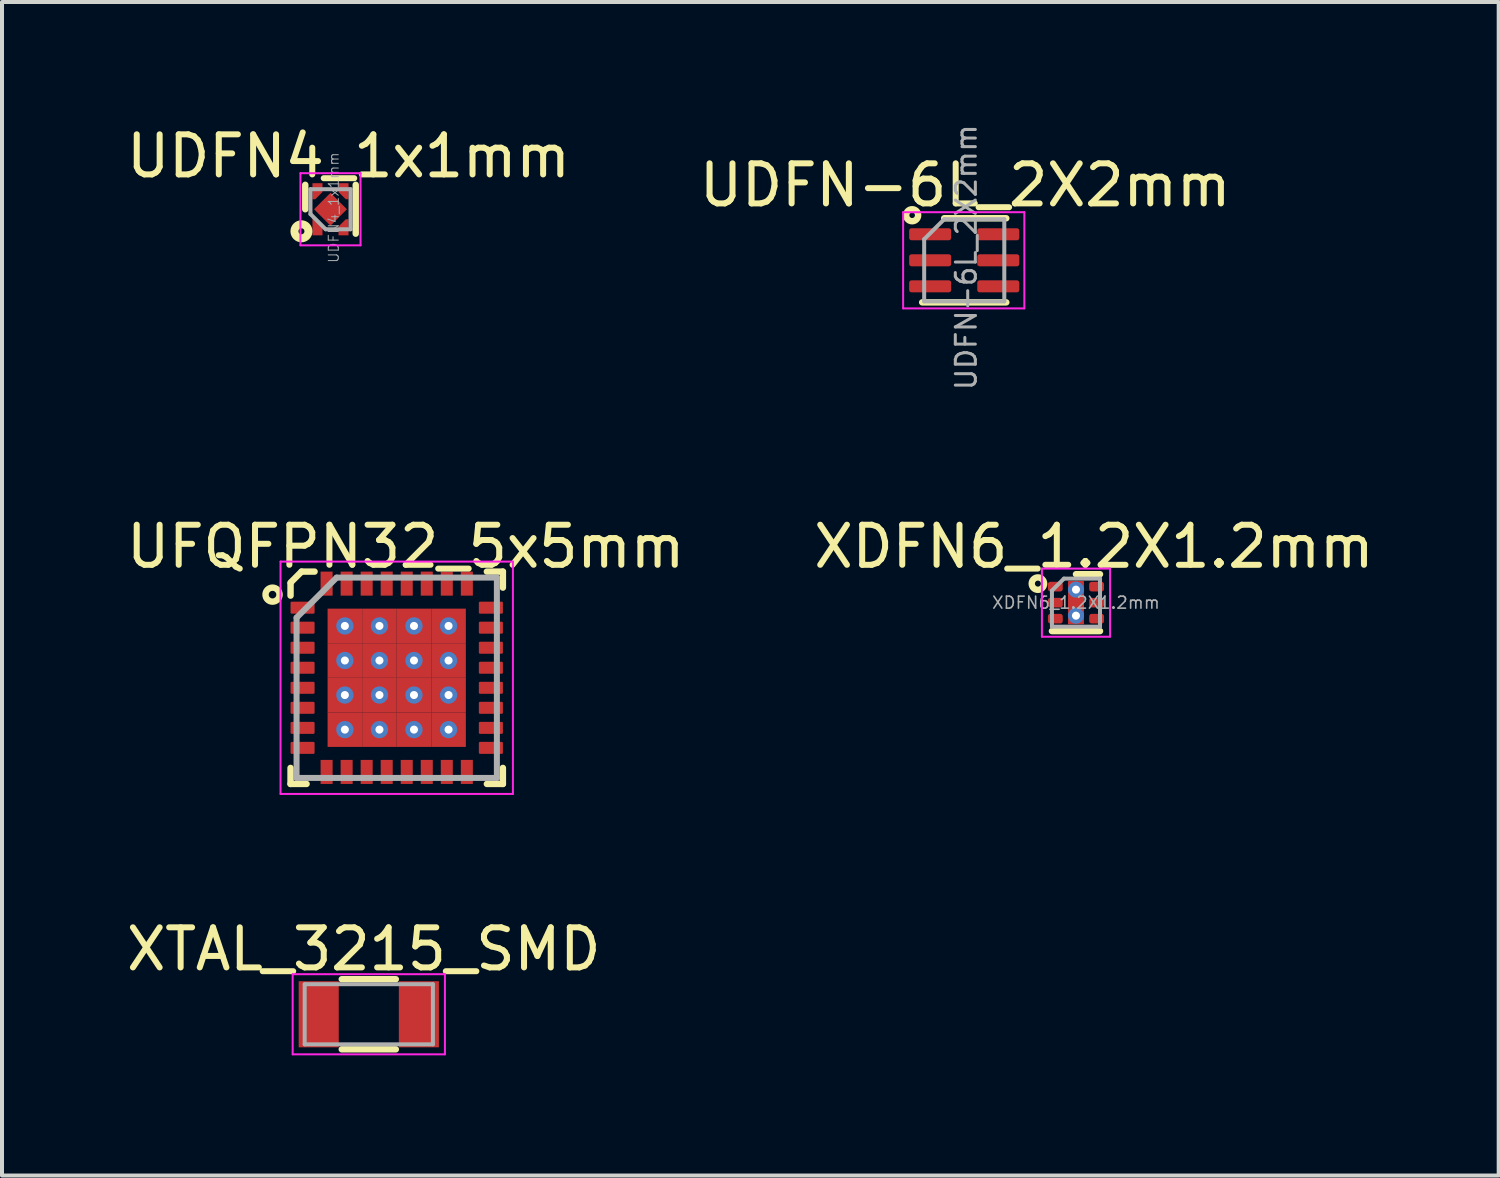
<source format=kicad_pcb>
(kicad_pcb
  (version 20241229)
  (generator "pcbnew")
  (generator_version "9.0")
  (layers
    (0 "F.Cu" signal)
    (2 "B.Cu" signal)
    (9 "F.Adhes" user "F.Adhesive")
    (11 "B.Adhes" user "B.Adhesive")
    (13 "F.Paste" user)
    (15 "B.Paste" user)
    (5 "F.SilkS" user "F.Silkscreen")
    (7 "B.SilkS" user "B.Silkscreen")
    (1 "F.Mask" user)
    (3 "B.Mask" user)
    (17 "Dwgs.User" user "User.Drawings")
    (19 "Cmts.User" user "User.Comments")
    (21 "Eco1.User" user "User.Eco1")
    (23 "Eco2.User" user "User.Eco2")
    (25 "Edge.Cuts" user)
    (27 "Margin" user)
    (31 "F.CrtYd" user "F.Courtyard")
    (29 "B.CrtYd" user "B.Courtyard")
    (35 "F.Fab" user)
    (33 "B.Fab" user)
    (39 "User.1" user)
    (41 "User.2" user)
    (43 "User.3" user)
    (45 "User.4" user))
  (footprint "XTAL_3215_SMD"
    (layer "F.Cu")
    (at 6.155 22.266)
    (property "Reference" "XTAL_3215_SMD" (at -0.125 -1.625 0) (layer "F.SilkS") (effects (font (size 1 1) (thickness 0.15))))
    (attr smd)
    (fp_line (start -0.675 -0.875) (end 0.675 -0.875) (stroke (width 0.16) (type solid)) (layer "F.SilkS"))
    (fp_line (start -0.675 0.875) (end 0.675 0.875) (stroke (width 0.16) (type solid)) (layer "F.SilkS"))
    (fp_line (start -1.9 -1) (end -1.9 1) (stroke (width 0.05) (type solid)) (layer "F.CrtYd"))
    (fp_line (start -1.9 -1) (end 1.9 -1) (stroke (width 0.05) (type solid)) (layer "F.CrtYd"))
    (fp_line (start -1.9 1) (end 1.9 1) (stroke (width 0.05) (type solid)) (layer "F.CrtYd"))
    (fp_line (start 1.9 -1) (end 1.9 1) (stroke (width 0.05) (type solid)) (layer "F.CrtYd"))
    (fp_line (start -1.6 -0.75) (end -1.6 0.75) (stroke (width 0.1) (type solid)) (layer "F.Fab"))
    (fp_line (start -1.6 -0.75) (end 1.6 -0.75) (stroke (width 0.1) (type solid)) (layer "F.Fab"))
    (fp_line (start -1.6 0.75) (end 1.6 0.75) (stroke (width 0.1) (type solid)) (layer "F.Fab"))
    (fp_line (start 1.6 -0.75) (end 1.6 0.75) (stroke (width 0.1) (type solid)) (layer "F.Fab"))
    (pad "1" smd rect (at -1.25 0) (size 1 1.65) (layers "F.Cu" "F.Mask" "F.Paste"))
    (pad "2" smd rect (at 1.25 0) (size 1 1.65) (layers "F.Cu" "F.Mask" "F.Paste")))
  (footprint "XDFN6_1.2X1.2mm"
    (layer "F.Cu")
    (at 23.806 11.992)
    (property "Reference" "XDFN6_1.2X1.2mm" (at 0.45 -1.4 0) (layer "F.SilkS") (effects (font (size 1 1) (thickness 0.15))))
    (attr smd)
    (fp_line (start -0.6 0.71) (end 0.6 0.71) (stroke (width 0.16) (type solid)) (layer "F.SilkS"))
    (fp_line (start 0 -0.71) (end 0.6 -0.71) (stroke (width 0.16) (type solid)) (layer "F.SilkS"))
    (fp_circle (center -0.95 -0.475) (end -0.875 -0.475) (stroke (width 0.16) (type solid)) (fill no) (layer "F.SilkS"))
    (fp_line (start -0.85 -0.85) (end -0.85 0.85) (stroke (width 0.05) (type solid)) (layer "F.CrtYd"))
    (fp_line (start -0.85 0.85) (end 0.85 0.85) (stroke (width 0.05) (type solid)) (layer "F.CrtYd"))
    (fp_line (start 0.85 -0.85) (end -0.85 -0.85) (stroke (width 0.05) (type solid)) (layer "F.CrtYd"))
    (fp_line (start 0.85 0.85) (end 0.85 -0.85) (stroke (width 0.05) (type solid)) (layer "F.CrtYd"))
    (fp_line (start -0.6 -0.3) (end -0.3 -0.6) (stroke (width 0.1) (type solid)) (layer "F.Fab"))
    (fp_line (start -0.6 0.6) (end -0.6 -0.3) (stroke (width 0.1) (type solid)) (layer "F.Fab"))
    (fp_line (start -0.3 -0.6) (end 0.6 -0.6) (stroke (width 0.1) (type solid)) (layer "F.Fab"))
    (fp_line (start 0.6 -0.6) (end 0.6 0.6) (stroke (width 0.1) (type solid)) (layer "F.Fab"))
    (fp_line (start 0.6 0.6) (end -0.6 0.6) (stroke (width 0.1) (type solid)) (layer "F.Fab"))
    (fp_text user "${REFERENCE}" (at 0 0 0) (layer "F.Fab") (effects (font (size 0.3 0.3) (thickness 0.04))))
    (pad "" smd roundrect (at 0 -0.235) (size 0.24 0.38) (layers "F.Paste") (roundrect_rratio 0.25))
    (pad "" smd roundrect (at 0 0.235) (size 0.24 0.38) (layers "F.Paste") (roundrect_rratio 0.25))
    (pad "1" smd roundrect (at -0.515 -0.4) (size 0.37 0.24) (layers "F.Cu" "F.Mask" "F.Paste") (roundrect_rratio 0.25))
    (pad "2" smd roundrect (at -0.515 0) (size 0.37 0.24) (layers "F.Cu" "F.Mask" "F.Paste") (roundrect_rratio 0.25))
    (pad "3" smd roundrect (at -0.515 0.4) (size 0.37 0.24) (layers "F.Cu" "F.Mask" "F.Paste") (roundrect_rratio 0.25))
    (pad "4" smd roundrect (at 0.515 0.4) (size 0.37 0.24) (layers "F.Cu" "F.Mask" "F.Paste") (roundrect_rratio 0.25))
    (pad "5" smd roundrect (at 0.515 0) (size 0.37 0.24) (layers "F.Cu" "F.Mask" "F.Paste") (roundrect_rratio 0.25))
    (pad "6" smd roundrect (at 0.515 -0.4) (size 0.37 0.24) (layers "F.Cu" "F.Mask" "F.Paste") (roundrect_rratio 0.25))
    (pad "7" thru_hole circle (at 0 -0.325) (size 0.4 0.4) (drill 0.2) (layers "*.Cu"))
    (pad "7" smd roundrect (at 0 0) (size 0.4 1.08) (layers "F.Cu" "F.Mask") (roundrect_rratio 0.05))
    (pad "7" thru_hole circle (at 0 0.325) (size 0.4 0.4) (drill 0.2) (layers "*.Cu")))
  (footprint "UDFN4_1x1mm"
    (layer "F.Cu")
    (at 5.199 2.173)
    (property "Reference" "UDFN4_1x1mm" (at 0.45 -1.325 0) (layer "F.SilkS") (effects (font (size 1 1) (thickness 0.15))))
    (attr smd)
    (fp_line (start -0.63 -0.61) (end -0.63 0) (stroke (width 0.16) (type solid)) (layer "F.SilkS"))
    (fp_line (start 0.63 -0.61) (end 0.63 0.61) (stroke (width 0.16) (type solid)) (layer "F.SilkS"))
    (fp_circle (center -0.725 0.55) (end -0.65 0.55) (stroke (width 0.2) (type solid)) (fill no) (layer "F.SilkS"))
    (fp_line (start -0.75 -0.9) (end 0.75 -0.9) (stroke (width 0.05) (type solid)) (layer "F.CrtYd"))
    (fp_line (start -0.75 0.9) (end -0.75 -0.9) (stroke (width 0.05) (type solid)) (layer "F.CrtYd"))
    (fp_line (start 0.75 -0.9) (end 0.75 0.9) (stroke (width 0.05) (type solid)) (layer "F.CrtYd"))
    (fp_line (start 0.75 0.9) (end -0.75 0.9) (stroke (width 0.05) (type solid)) (layer "F.CrtYd"))
    (fp_line (start -0.5 -0.5) (end 0.5 -0.5) (stroke (width 0.1) (type solid)) (layer "F.Fab"))
    (fp_line (start -0.5 0.12) (end -0.5 -0.5) (stroke (width 0.1) (type solid)) (layer "F.Fab"))
    (fp_line (start -0.5 0.12) (end -0.12 0.5) (stroke (width 0.1) (type solid)) (layer "F.Fab"))
    (fp_line (start 0.5 -0.5) (end 0.5 0.5) (stroke (width 0.1) (type solid)) (layer "F.Fab"))
    (fp_line (start 0.5 0.5) (end -0.12 0.5) (stroke (width 0.1) (type solid)) (layer "F.Fab"))
    (fp_text user "${REFERENCE}" (at 0.08 -0.04 90) (layer "F.Fab") (effects (font (size 0.25 0.25) (thickness 0.025))))
    (pad "1" smd custom (at -0.325 0.54 90) (size 0.22 0.25) (layers "F.Cu" "F.Mask" "F.Paste") (options (anchor rect)) (primitives (gr_poly (pts (xy 0.11 -0.125) (xy 0.36 -0.125) (xy 0.11 0.125)) (width 0) (fill yes))))
    (pad "2" smd custom (at 0.325 0.54 90) (size 0.22 0.25) (layers "F.Cu" "F.Mask" "F.Paste") (options (anchor rect)) (primitives (gr_poly (pts (xy 0.11 0.125) (xy 0.29 0.125) (xy 0.29 0.055) (xy 0.11 -0.125)) (width 0) (fill yes))))
    (pad "3" smd custom (at 0.325 -0.54 90) (size 0.22 0.25) (layers "F.Cu" "F.Mask" "F.Paste") (options (anchor rect)) (primitives (gr_poly (pts (xy -0.11 0.125) (xy -0.29 0.125) (xy -0.29 0.055) (xy -0.11 -0.125)) (width 0) (fill yes))))
    (pad "4" smd custom (at -0.325 -0.54 90) (size 0.22 0.25) (layers "F.Cu" "F.Mask" "F.Paste") (options (anchor rect)) (primitives (gr_poly (pts (xy -0.11 -0.125) (xy -0.29 -0.125) (xy -0.29 -0.055) (xy -0.11 0.125)) (width 0) (fill yes))))
    (pad "5" smd rect (at 0 0 135) (size 0.58 0.58) (layers "F.Cu" "F.Mask" "F.Paste")))
  (footprint "UDFN-6L_2X2mm"
    (layer "F.Cu")
    (at 21.017 3.447)
    (property "Reference" "UDFN-6L_2X2mm" (at 0.025 -1.875 0) (layer "F.SilkS") (effects (font (size 1 1) (thickness 0.15))))
    (attr smd)
    (fp_line (start -1.05 1.05) (end 1.05 1.05) (stroke (width 0.16) (type solid)) (layer "F.SilkS"))
    (fp_line (start -0.5 -1.05) (end 1.05 -1.05) (stroke (width 0.16) (type solid)) (layer "F.SilkS"))
    (fp_circle (center -1.3 -1.125) (end -1.15 -1.125) (stroke (width 0.16) (type solid)) (fill no) (layer "F.SilkS"))
    (fp_line (start -1.525 -1.2) (end -1.525 1.2) (stroke (width 0.05) (type solid)) (layer "F.CrtYd"))
    (fp_line (start -1.525 -1.2) (end 1.5 -1.2) (stroke (width 0.05) (type solid)) (layer "F.CrtYd"))
    (fp_line (start -1.525 1.2) (end 1.5 1.2) (stroke (width 0.05) (type solid)) (layer "F.CrtYd"))
    (fp_line (start 1.5 -1.2) (end 1.5 1.2) (stroke (width 0.05) (type solid)) (layer "F.CrtYd"))
    (fp_line (start -1 -0.525) (end -0.5 -1.025) (stroke (width 0.1) (type solid)) (layer "F.Fab"))
    (fp_line (start -1 1.025) (end -1 -0.525) (stroke (width 0.1) (type solid)) (layer "F.Fab"))
    (fp_line (start -0.5 -1.025) (end 1 -1.025) (stroke (width 0.1) (type solid)) (layer "F.Fab"))
    (fp_line (start 1 -1.025) (end 1 1.025) (stroke (width 0.1) (type solid)) (layer "F.Fab"))
    (fp_line (start 1 1.025) (end -1 1.025) (stroke (width 0.1) (type solid)) (layer "F.Fab"))
    (fp_text user "${REFERENCE}" (at 0.05 -0.075 90) (layer "F.Fab") (effects (font (size 0.5 0.5) (thickness 0.075))))
    (pad "1" smd roundrect (at -0.85 -0.65) (size 1.05 0.3) (layers "F.Cu" "F.Mask" "F.Paste") (roundrect_rratio 0.2))
    (pad "2" smd roundrect (at -0.85 0) (size 1.05 0.3) (layers "F.Cu" "F.Mask" "F.Paste") (roundrect_rratio 0.2))
    (pad "3" smd roundrect (at -0.85 0.65) (size 1.05 0.3) (layers "F.Cu" "F.Mask" "F.Paste") (roundrect_rratio 0.2))
    (pad "4" smd roundrect (at 0.85 0.65) (size 1.05 0.3) (layers "F.Cu" "F.Mask" "F.Paste") (roundrect_rratio 0.2))
    (pad "5" smd roundrect (at 0.85 0) (size 1.05 0.3) (layers "F.Cu" "F.Mask" "F.Paste") (roundrect_rratio 0.2))
    (pad "6" smd roundrect (at 0.85 -0.65) (size 1.05 0.3) (layers "F.Cu" "F.Mask" "F.Paste") (roundrect_rratio 0.2)))
  (footprint "UFQFPN32_5x5mm"
    (layer "F.Cu")
    (at 6.852 13.867)
    (property "Reference" "UFQFPN32_5x5mm" (at 0.225 -3.275 0) (layer "F.SilkS") (effects (font (size 1 1) (thickness 0.15))))
    (attr smd)
    (fp_line (start -2.65 -2.35) (end -2.65 -2.05) (stroke (width 0.16) (type solid)) (layer "F.SilkS"))
    (fp_line (start -2.65 2.65) (end -2.65 2.25) (stroke (width 0.16) (type solid)) (layer "F.SilkS"))
    (fp_line (start -2.375 -2.65) (end -2.65 -2.375) (stroke (width 0.16) (type solid)) (layer "F.SilkS"))
    (fp_line (start -2.25 2.65) (end -2.65 2.65) (stroke (width 0.16) (type solid)) (layer "F.SilkS"))
    (fp_line (start -2.05 -2.65) (end -2.375 -2.65) (stroke (width 0.16) (type solid)) (layer "F.SilkS"))
    (fp_line (start 2.25 -2.65) (end 2.65 -2.65) (stroke (width 0.16) (type solid)) (layer "F.SilkS"))
    (fp_line (start 2.25 2.65) (end 2.65 2.65) (stroke (width 0.16) (type solid)) (layer "F.SilkS"))
    (fp_line (start 2.65 -2.65) (end 2.65 -2.25) (stroke (width 0.16) (type solid)) (layer "F.SilkS"))
    (fp_line (start 2.65 2.65) (end 2.65 2.25) (stroke (width 0.16) (type solid)) (layer "F.SilkS"))
    (fp_circle (center -3.1 -2.075) (end -2.925 -2.075) (stroke (width 0.16) (type solid)) (fill no) (layer "F.SilkS"))
    (fp_line (start -2.9 -2.9) (end 2.9 -2.9) (stroke (width 0.05) (type solid)) (layer "F.CrtYd"))
    (fp_line (start -2.9 2.9) (end -2.9 -2.9) (stroke (width 0.05) (type solid)) (layer "F.CrtYd"))
    (fp_line (start 2.9 -2.9) (end 2.9 2.9) (stroke (width 0.05) (type solid)) (layer "F.CrtYd"))
    (fp_line (start 2.9 2.9) (end -2.9 2.9) (stroke (width 0.05) (type solid)) (layer "F.CrtYd"))
    (fp_line (start -2.5 -1.5) (end -2.5 2.5) (stroke (width 0.15) (type solid)) (layer "F.Fab"))
    (fp_line (start -2.5 2.5) (end 2.5 2.5) (stroke (width 0.15) (type solid)) (layer "F.Fab"))
    (fp_line (start -1.5 -2.5) (end -2.5 -1.5) (stroke (width 0.15) (type solid)) (layer "F.Fab"))
    (fp_line (start 2.5 -2.5) (end -1.5 -2.5) (stroke (width 0.15) (type solid)) (layer "F.Fab"))
    (fp_line (start 2.5 2.5) (end 2.5 -2.5) (stroke (width 0.15) (type solid)) (layer "F.Fab"))
    (pad "1" smd roundrect (at -2.35 -1.75 90) (size 0.3 0.6) (layers "F.Cu" "F.Mask" "F.Paste") (roundrect_rratio 0.1))
    (pad "2" smd roundrect (at -2.35 -1.25 90) (size 0.3 0.6) (layers "F.Cu" "F.Mask" "F.Paste") (roundrect_rratio 0.1))
    (pad "3" smd roundrect (at -2.35 -0.75 90) (size 0.3 0.6) (layers "F.Cu" "F.Mask" "F.Paste") (roundrect_rratio 0.1))
    (pad "4" smd roundrect (at -2.35 -0.25 90) (size 0.3 0.6) (layers "F.Cu" "F.Mask" "F.Paste") (roundrect_rratio 0.1))
    (pad "5" smd roundrect (at -2.35 0.25 90) (size 0.3 0.6) (layers "F.Cu" "F.Mask" "F.Paste") (roundrect_rratio 0.1))
    (pad "6" smd roundrect (at -2.35 0.75 90) (size 0.3 0.6) (layers "F.Cu" "F.Mask" "F.Paste") (roundrect_rratio 0.1))
    (pad "7" smd roundrect (at -2.35 1.25 90) (size 0.3 0.6) (layers "F.Cu" "F.Mask" "F.Paste") (roundrect_rratio 0.1))
    (pad "8" smd roundrect (at -2.35 1.75 90) (size 0.3 0.6) (layers "F.Cu" "F.Mask" "F.Paste") (roundrect_rratio 0.1))
    (pad "9" smd rect (at -1.75 2.35) (size 0.3 0.6) (layers "F.Cu" "F.Mask" "F.Paste"))
    (pad "10" smd rect (at -1.25 2.35) (size 0.3 0.6) (layers "F.Cu" "F.Mask" "F.Paste"))
    (pad "11" smd rect (at -0.75 2.35) (size 0.3 0.6) (layers "F.Cu" "F.Mask" "F.Paste"))
    (pad "12" smd rect (at -0.25 2.35) (size 0.3 0.6) (layers "F.Cu" "F.Mask" "F.Paste"))
    (pad "13" smd rect (at 0.25 2.35) (size 0.3 0.6) (layers "F.Cu" "F.Mask" "F.Paste"))
    (pad "14" smd rect (at 0.75 2.35) (size 0.3 0.6) (layers "F.Cu" "F.Mask" "F.Paste"))
    (pad "15" smd rect (at 1.25 2.35) (size 0.3 0.6) (layers "F.Cu" "F.Mask" "F.Paste"))
    (pad "16" smd rect (at 1.75 2.35) (size 0.3 0.6) (layers "F.Cu" "F.Mask" "F.Paste"))
    (pad "17" smd roundrect (at 2.35 1.75 90) (size 0.3 0.6) (layers "F.Cu" "F.Mask" "F.Paste") (roundrect_rratio 0.1))
    (pad "18" smd roundrect (at 2.35 1.25 90) (size 0.3 0.6) (layers "F.Cu" "F.Mask" "F.Paste") (roundrect_rratio 0.1))
    (pad "19" smd roundrect (at 2.35 0.75 90) (size 0.3 0.6) (layers "F.Cu" "F.Mask" "F.Paste") (roundrect_rratio 0.1))
    (pad "20" smd roundrect (at 2.35 0.25 90) (size 0.3 0.6) (layers "F.Cu" "F.Mask" "F.Paste") (roundrect_rratio 0.1))
    (pad "21" smd roundrect (at 2.35 -0.25 90) (size 0.3 0.6) (layers "F.Cu" "F.Mask" "F.Paste") (roundrect_rratio 0.1))
    (pad "22" smd roundrect (at 2.35 -0.75 90) (size 0.3 0.6) (layers "F.Cu" "F.Mask" "F.Paste") (roundrect_rratio 0.1))
    (pad "23" smd roundrect (at 2.35 -1.25 90) (size 0.3 0.6) (layers "F.Cu" "F.Mask" "F.Paste") (roundrect_rratio 0.1))
    (pad "24" smd roundrect (at 2.35 -1.75 90) (size 0.3 0.6) (layers "F.Cu" "F.Mask" "F.Paste") (roundrect_rratio 0.1))
    (pad "25" smd rect (at 1.75 -2.35) (size 0.3 0.6) (layers "F.Cu" "F.Mask" "F.Paste"))
    (pad "26" smd rect (at 1.25 -2.35) (size 0.3 0.6) (layers "F.Cu" "F.Mask" "F.Paste"))
    (pad "27" smd rect (at 0.75 -2.35) (size 0.3 0.6) (layers "F.Cu" "F.Mask" "F.Paste"))
    (pad "28" smd rect (at 0.25 -2.35) (size 0.3 0.6) (layers "F.Cu" "F.Mask" "F.Paste"))
    (pad "29" smd rect (at -0.25 -2.35) (size 0.3 0.6) (layers "F.Cu" "F.Mask" "F.Paste"))
    (pad "30" smd rect (at -0.75 -2.35) (size 0.3 0.6) (layers "F.Cu" "F.Mask" "F.Paste"))
    (pad "31" smd rect (at -1.25 -2.35) (size 0.3 0.6) (layers "F.Cu" "F.Mask" "F.Paste"))
    (pad "32" smd rect (at -1.75 -2.35) (size 0.3 0.6) (layers "F.Cu" "F.Mask" "F.Paste"))
    (pad "33" thru_hole circle (at -1.294 -1.294) (size 0.431 0.431) (drill 0.2) (layers "*.Cu" "F.Mask"))
    (pad "33" smd rect (at -1.294 -1.294) (size 0.863 0.863) (layers "F.Cu" "F.Mask" "F.Paste"))
    (pad "33" thru_hole circle (at -1.294 -0.431) (size 0.431 0.431) (drill 0.2) (layers "*.Cu" "F.Mask"))
    (pad "33" smd rect (at -1.294 -0.431) (size 0.863 0.863) (layers "F.Cu" "F.Mask" "F.Paste"))
    (pad "33" thru_hole circle (at -1.294 0.431) (size 0.431 0.431) (drill 0.2) (layers "*.Cu" "F.Mask"))
    (pad "33" smd rect (at -1.294 0.431) (size 0.863 0.863) (layers "F.Cu" "F.Mask" "F.Paste"))
    (pad "33" thru_hole circle (at -1.294 1.294) (size 0.431 0.431) (drill 0.2) (layers "*.Cu" "F.Mask"))
    (pad "33" smd rect (at -1.294 1.294) (size 0.863 0.863) (layers "F.Cu" "F.Mask" "F.Paste"))
    (pad "33" thru_hole circle (at -0.431 -1.294) (size 0.431 0.431) (drill 0.2) (layers "*.Cu" "F.Mask"))
    (pad "33" smd rect (at -0.431 -1.294) (size 0.863 0.863) (layers "F.Cu" "F.Mask" "F.Paste"))
    (pad "33" thru_hole circle (at -0.431 -0.431) (size 0.431 0.431) (drill 0.2) (layers "*.Cu" "F.Mask"))
    (pad "33" smd rect (at -0.431 -0.431) (size 0.863 0.863) (layers "F.Cu" "F.Mask" "F.Paste"))
    (pad "33" thru_hole circle (at -0.431 0.431) (size 0.431 0.431) (drill 0.2) (layers "*.Cu" "F.Mask"))
    (pad "33" smd rect (at -0.431 0.431) (size 0.863 0.863) (layers "F.Cu" "F.Mask" "F.Paste"))
    (pad "33" thru_hole circle (at -0.431 1.294) (size 0.431 0.431) (drill 0.2) (layers "*.Cu" "F.Mask"))
    (pad "33" smd rect (at -0.431 1.294) (size 0.863 0.863) (layers "F.Cu" "F.Mask" "F.Paste"))
    (pad "33" thru_hole circle (at 0.431 -1.294) (size 0.431 0.431) (drill 0.2) (layers "*.Cu" "F.Mask"))
    (pad "33" smd rect (at 0.431 -1.294) (size 0.863 0.863) (layers "F.Cu" "F.Mask" "F.Paste"))
    (pad "33" thru_hole circle (at 0.431 -0.431) (size 0.431 0.431) (drill 0.2) (layers "*.Cu" "F.Mask"))
    (pad "33" smd rect (at 0.431 -0.431) (size 0.863 0.863) (layers "F.Cu" "F.Mask" "F.Paste"))
    (pad "33" thru_hole circle (at 0.431 0.431) (size 0.431 0.431) (drill 0.2) (layers "*.Cu" "F.Mask"))
    (pad "33" smd rect (at 0.431 0.431) (size 0.863 0.863) (layers "F.Cu" "F.Mask" "F.Paste"))
    (pad "33" thru_hole circle (at 0.431 1.294) (size 0.431 0.431) (drill 0.2) (layers "*.Cu" "F.Mask"))
    (pad "33" smd rect (at 0.431 1.294) (size 0.863 0.863) (layers "F.Cu" "F.Mask" "F.Paste"))
    (pad "33" thru_hole circle (at 1.294 -1.294) (size 0.431 0.431) (drill 0.2) (layers "*.Cu" "F.Mask"))
    (pad "33" smd rect (at 1.294 -1.294) (size 0.863 0.863) (layers "F.Cu" "F.Mask" "F.Paste"))
    (pad "33" thru_hole circle (at 1.294 -0.431) (size 0.431 0.431) (drill 0.2) (layers "*.Cu" "F.Mask"))
    (pad "33" smd rect (at 1.294 -0.431) (size 0.863 0.863) (layers "F.Cu" "F.Mask" "F.Paste"))
    (pad "33" thru_hole circle (at 1.294 0.431) (size 0.431 0.431) (drill 0.2) (layers "*.Cu" "F.Mask"))
    (pad "33" smd rect (at 1.294 0.431) (size 0.863 0.863) (layers "F.Cu" "F.Mask" "F.Paste"))
    (pad "33" thru_hole circle (at 1.294 1.294) (size 0.431 0.431) (drill 0.2) (layers "*.Cu" "F.Mask"))
    (pad "33" smd rect (at 1.294 1.294) (size 0.863 0.863) (layers "F.Cu" "F.Mask" "F.Paste")))
  (gr_rect
    (start -3 -3)
    (end 34.357 26.291)
    (stroke (width 0.1) (type default))
    (fill no)
    (layer "Edge.Cuts")))
</source>
